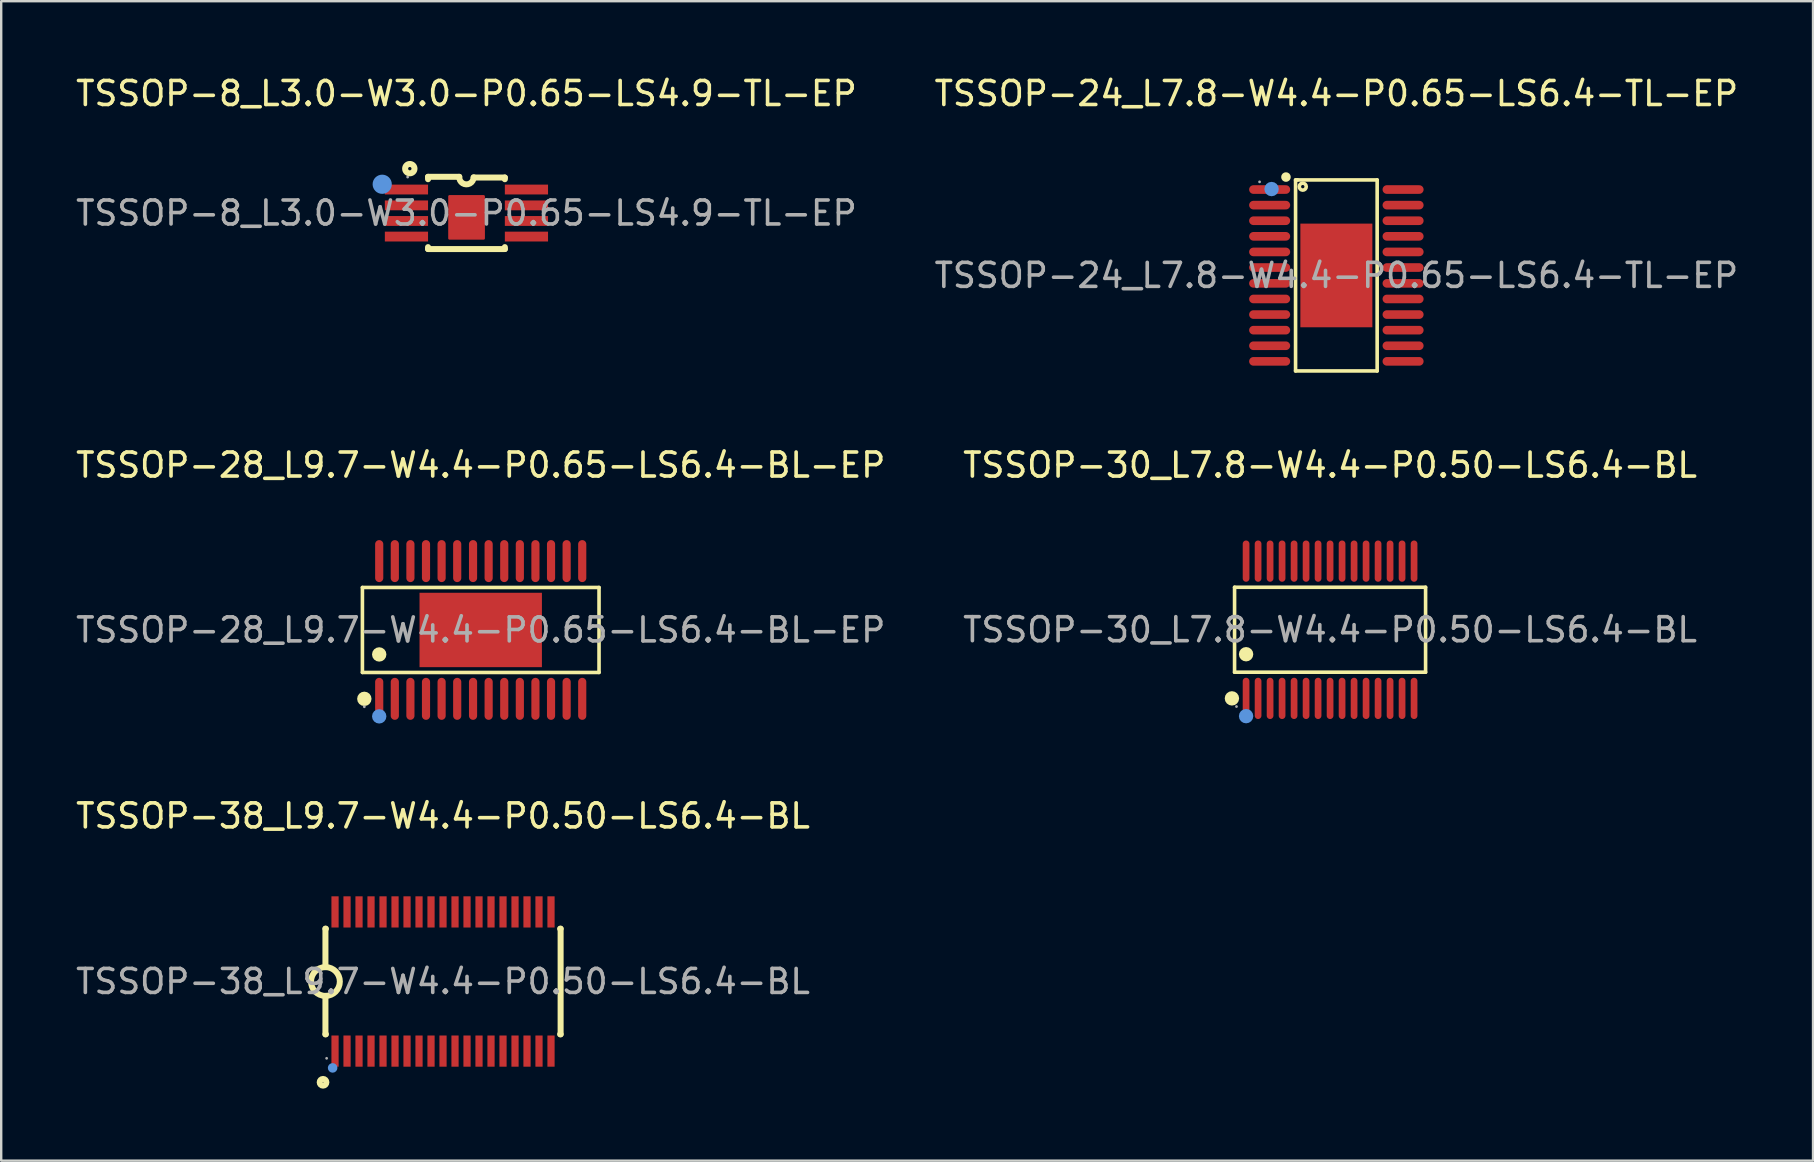
<source format=kicad_pcb>
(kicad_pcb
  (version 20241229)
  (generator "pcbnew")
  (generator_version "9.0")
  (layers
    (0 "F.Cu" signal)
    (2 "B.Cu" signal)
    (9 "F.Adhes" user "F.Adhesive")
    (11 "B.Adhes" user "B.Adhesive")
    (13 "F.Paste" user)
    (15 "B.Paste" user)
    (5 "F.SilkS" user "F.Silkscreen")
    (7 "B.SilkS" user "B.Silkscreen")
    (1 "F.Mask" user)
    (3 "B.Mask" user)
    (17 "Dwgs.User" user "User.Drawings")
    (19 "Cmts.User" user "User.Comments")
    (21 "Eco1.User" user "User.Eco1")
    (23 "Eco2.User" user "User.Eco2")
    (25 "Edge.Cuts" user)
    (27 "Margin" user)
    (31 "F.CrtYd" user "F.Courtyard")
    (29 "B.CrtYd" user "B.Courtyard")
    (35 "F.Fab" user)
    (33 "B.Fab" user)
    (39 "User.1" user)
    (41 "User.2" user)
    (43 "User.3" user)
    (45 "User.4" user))
  (footprint "TSSOP-8_L3.0-W3.0-P0.65-LS4.9-TL-EP"
    (layer "F.Cu")
    (at 16.387 5.828)
    (property "Reference" "TSSOP-8_L3.0-W3.0-P0.65-LS4.9-TL-EP" (at 0 -4.98 0) (layer "F.SilkS") (effects (font (size 1 1) (thickness 0.15))))
    (attr through_hole)
    (fp_line (start -1.6 -1.51) (end -1.6 -1.41) (stroke (width 0.25) (type solid)) (layer "F.SilkS"))
    (fp_line (start -1.6 -1.51) (end -0.3 -1.51) (stroke (width 0.25) (type solid)) (layer "F.SilkS"))
    (fp_line (start -1.6 1.42) (end -1.6 1.5) (stroke (width 0.25) (type solid)) (layer "F.SilkS"))
    (fp_line (start -1.6 1.5) (end 1.6 1.5) (stroke (width 0.25) (type solid)) (layer "F.SilkS"))
    (fp_line (start 1.6 -1.48) (end 0.3 -1.48) (stroke (width 0.25) (type solid)) (layer "F.SilkS"))
    (fp_line (start 1.6 -1.48) (end 1.6 -1.41) (stroke (width 0.25) (type solid)) (layer "F.SilkS"))
    (fp_line (start 1.6 1.42) (end 1.6 1.5) (stroke (width 0.25) (type solid)) (layer "F.SilkS"))
    (fp_arc (start 0.3 -1.49) (mid -0.01 -1.2) (end -0.3 -1.51) (stroke (width 0.25) (type solid)) (layer "F.SilkS"))
    (fp_circle (center -2.36 -1.85) (end -2.29 -1.85) (stroke (width 0.25) (type solid)) (fill no) (layer "F.SilkS"))
    (fp_circle (center -3.51 -1.2) (end -3.31 -1.2) (stroke (width 0.4) (type solid)) (fill no) (layer "Cmts.User"))
    (fp_circle (center -2.45 -1.5) (end -2.42 -1.5) (stroke (width 0.06) (type solid)) (fill no) (layer "F.Fab"))
    (fp_text user "${REFERENCE}" (at 0 0 0) (layer "F.Fab") (effects (font (size 1 1) (thickness 0.15))))
    (pad "1" smd rect (at -2.5 -0.98) (size 1.8 0.41) (layers "F.Cu" "F.Mask" "F.Paste"))
    (pad "2" smd rect (at -2.5 -0.32) (size 1.8 0.41) (layers "F.Cu" "F.Mask" "F.Paste"))
    (pad "3" smd rect (at -2.5 0.33) (size 1.8 0.41) (layers "F.Cu" "F.Mask" "F.Paste"))
    (pad "4" smd rect (at -2.5 0.98) (size 1.8 0.41) (layers "F.Cu" "F.Mask" "F.Paste"))
    (pad "5" smd rect (at 2.5 0.98) (size 1.8 0.41) (layers "F.Cu" "F.Mask" "F.Paste"))
    (pad "6" smd rect (at 2.5 0.33) (size 1.8 0.41) (layers "F.Cu" "F.Mask" "F.Paste"))
    (pad "7" smd rect (at 2.5 -0.32) (size 1.8 0.41) (layers "F.Cu" "F.Mask" "F.Paste"))
    (pad "8" smd rect (at 2.5 -0.98) (size 1.8 0.41) (layers "F.Cu" "F.Mask" "F.Paste"))
    (pad "9" smd custom (at 0 0.09) (size 1 1) (layers "F.Cu" "F.Mask" "F.Paste") (options (anchor circle)) (primitives (gr_poly (pts (xy 0.72 0.97) (xy -0.71 0.97) (xy -0.71 -0.79) (xy 0.72 -0.79)) (width 0.1) (fill yes)))))
  (footprint "TSSOP-38_L9.7-W4.4-P0.50-LS6.4-BL"
    (layer "F.Cu")
    (at 15.411 37.85)
    (property "Reference" "TSSOP-38_L9.7-W4.4-P0.50-LS6.4-BL" (at 0 -6.9 0) (layer "F.SilkS") (effects (font (size 1 1) (thickness 0.15))))
    (attr through_hole)
    (fp_line (start -4.9 -2.2) (end -4.9 -0.6) (stroke (width 0.25) (type solid)) (layer "F.SilkS"))
    (fp_line (start -4.9 -2.2) (end -4.88 -2.2) (stroke (width 0.25) (type solid)) (layer "F.SilkS"))
    (fp_line (start -4.9 2.2) (end -4.9 0.6) (stroke (width 0.25) (type solid)) (layer "F.SilkS"))
    (fp_line (start -4.9 2.2) (end -4.88 2.2) (stroke (width 0.25) (type solid)) (layer "F.SilkS"))
    (fp_line (start 4.88 -2.2) (end 4.9 -2.2) (stroke (width 0.25) (type solid)) (layer "F.SilkS"))
    (fp_line (start 4.88 2.2) (end 4.9 2.2) (stroke (width 0.25) (type solid)) (layer "F.SilkS"))
    (fp_line (start 4.9 -2.2) (end 4.9 2.2) (stroke (width 0.25) (type solid)) (layer "F.SilkS"))
    (fp_arc (start -4.910471 0.599909) (mid -4.894764 -0.599978) (end -4.9 0.6) (stroke (width 0.25) (type solid)) (layer "F.SilkS"))
    (fp_circle (center -5 4.2) (end -4.86 4.2) (stroke (width 0.25) (type solid)) (fill no) (layer "F.SilkS"))
    (fp_circle (center -4.6 3.6) (end -4.5 3.6) (stroke (width 0.2) (type solid)) (fill no) (layer "Cmts.User"))
    (fp_circle (center -4.85 3.2) (end -4.82 3.2) (stroke (width 0.06) (type solid)) (fill no) (layer "F.Fab"))
    (fp_text user "${REFERENCE}" (at 0 0 0) (layer "F.Fab") (effects (font (size 1 1) (thickness 0.15))))
    (pad "1" smd rect (at -4.5 2.9 90) (size 1.3 0.3) (layers "F.Cu" "F.Mask" "F.Paste"))
    (pad "2" smd rect (at -4 2.9 90) (size 1.3 0.3) (layers "F.Cu" "F.Mask" "F.Paste"))
    (pad "3" smd rect (at -3.5 2.9 90) (size 1.3 0.3) (layers "F.Cu" "F.Mask" "F.Paste"))
    (pad "4" smd rect (at -3 2.9 90) (size 1.3 0.3) (layers "F.Cu" "F.Mask" "F.Paste"))
    (pad "5" smd rect (at -2.5 2.9 90) (size 1.3 0.3) (layers "F.Cu" "F.Mask" "F.Paste"))
    (pad "6" smd rect (at -2 2.9 90) (size 1.3 0.3) (layers "F.Cu" "F.Mask" "F.Paste"))
    (pad "7" smd rect (at -1.5 2.9 90) (size 1.3 0.3) (layers "F.Cu" "F.Mask" "F.Paste"))
    (pad "8" smd rect (at -1 2.9 90) (size 1.3 0.3) (layers "F.Cu" "F.Mask" "F.Paste"))
    (pad "9" smd rect (at -0.5 2.9 90) (size 1.3 0.3) (layers "F.Cu" "F.Mask" "F.Paste"))
    (pad "10" smd rect (at 0 2.9 90) (size 1.3 0.3) (layers "F.Cu" "F.Mask" "F.Paste"))
    (pad "11" smd rect (at 0.5 2.9 90) (size 1.3 0.3) (layers "F.Cu" "F.Mask" "F.Paste"))
    (pad "12" smd rect (at 1 2.9 90) (size 1.3 0.3) (layers "F.Cu" "F.Mask" "F.Paste"))
    (pad "13" smd rect (at 1.5 2.9 90) (size 1.3 0.3) (layers "F.Cu" "F.Mask" "F.Paste"))
    (pad "14" smd rect (at 2 2.9 90) (size 1.3 0.3) (layers "F.Cu" "F.Mask" "F.Paste"))
    (pad "15" smd rect (at 2.5 2.9 90) (size 1.3 0.3) (layers "F.Cu" "F.Mask" "F.Paste"))
    (pad "16" smd rect (at 3 2.9 90) (size 1.3 0.3) (layers "F.Cu" "F.Mask" "F.Paste"))
    (pad "17" smd rect (at 3.5 2.9 90) (size 1.3 0.3) (layers "F.Cu" "F.Mask" "F.Paste"))
    (pad "18" smd rect (at 4 2.9 90) (size 1.3 0.3) (layers "F.Cu" "F.Mask" "F.Paste"))
    (pad "19" smd rect (at 4.5 2.9 90) (size 1.3 0.3) (layers "F.Cu" "F.Mask" "F.Paste"))
    (pad "20" smd rect (at 4.5 -2.9 90) (size 1.3 0.3) (layers "F.Cu" "F.Mask" "F.Paste"))
    (pad "21" smd rect (at 4 -2.9 90) (size 1.3 0.3) (layers "F.Cu" "F.Mask" "F.Paste"))
    (pad "22" smd rect (at 3.5 -2.9 90) (size 1.3 0.3) (layers "F.Cu" "F.Mask" "F.Paste"))
    (pad "23" smd rect (at 3 -2.9 90) (size 1.3 0.3) (layers "F.Cu" "F.Mask" "F.Paste"))
    (pad "24" smd rect (at 2.5 -2.9 90) (size 1.3 0.3) (layers "F.Cu" "F.Mask" "F.Paste"))
    (pad "25" smd rect (at 2 -2.9 90) (size 1.3 0.3) (layers "F.Cu" "F.Mask" "F.Paste"))
    (pad "26" smd rect (at 1.5 -2.9 90) (size 1.3 0.3) (layers "F.Cu" "F.Mask" "F.Paste"))
    (pad "27" smd rect (at 1 -2.9 90) (size 1.3 0.3) (layers "F.Cu" "F.Mask" "F.Paste"))
    (pad "28" smd rect (at 0.5 -2.9 90) (size 1.3 0.3) (layers "F.Cu" "F.Mask" "F.Paste"))
    (pad "29" smd rect (at 0 -2.9 90) (size 1.3 0.3) (layers "F.Cu" "F.Mask" "F.Paste"))
    (pad "30" smd rect (at -0.5 -2.9 90) (size 1.3 0.3) (layers "F.Cu" "F.Mask" "F.Paste"))
    (pad "31" smd rect (at -1 -2.9 90) (size 1.3 0.3) (layers "F.Cu" "F.Mask" "F.Paste"))
    (pad "32" smd rect (at -1.5 -2.9 90) (size 1.3 0.3) (layers "F.Cu" "F.Mask" "F.Paste"))
    (pad "33" smd rect (at -2 -2.9 90) (size 1.3 0.3) (layers "F.Cu" "F.Mask" "F.Paste"))
    (pad "34" smd rect (at -2.5 -2.9 90) (size 1.3 0.3) (layers "F.Cu" "F.Mask" "F.Paste"))
    (pad "35" smd rect (at -3 -2.9 90) (size 1.3 0.3) (layers "F.Cu" "F.Mask" "F.Paste"))
    (pad "36" smd rect (at -3.5 -2.9 90) (size 1.3 0.3) (layers "F.Cu" "F.Mask" "F.Paste"))
    (pad "37" smd rect (at -4 -2.9 90) (size 1.3 0.3) (layers "F.Cu" "F.Mask" "F.Paste"))
    (pad "38" smd rect (at -4.5 -2.9 90) (size 1.3 0.3) (layers "F.Cu" "F.Mask" "F.Paste")))
  (footprint "TSSOP-24_L7.8-W4.4-P0.65-LS6.4-TL-EP"
    (layer "F.Cu")
    (at 52.637 8.428)
    (property "Reference" "TSSOP-24_L7.8-W4.4-P0.65-LS6.4-TL-EP" (at 0 -7.58 0) (layer "F.SilkS") (effects (font (size 1 1) (thickness 0.15))))
    (attr through_hole)
    (fp_line (start -1.7 -3.98) (end -1.62 -3.98) (stroke (width 0.15) (type solid)) (layer "F.SilkS"))
    (fp_line (start -1.7 3.98) (end -1.7 -3.98) (stroke (width 0.15) (type solid)) (layer "F.SilkS"))
    (fp_line (start -1.62 -3.98) (end 1.7 -3.98) (stroke (width 0.15) (type solid)) (layer "F.SilkS"))
    (fp_line (start 1.7 -3.98) (end 1.7 3.98) (stroke (width 0.15) (type solid)) (layer "F.SilkS"))
    (fp_line (start 1.7 3.98) (end -1.7 3.98) (stroke (width 0.15) (type solid)) (layer "F.SilkS"))
    (fp_circle (center -2.1 -4.1) (end -2 -4.1) (stroke (width 0.2) (type solid)) (fill no) (layer "F.SilkS"))
    (fp_circle (center -1.4 -3.7) (end -1.33 -3.7) (stroke (width 0.15) (type solid)) (fill no) (layer "F.SilkS"))
    (fp_circle (center -2.7 -3.6) (end -2.55 -3.6) (stroke (width 0.3) (type solid)) (fill no) (layer "Cmts.User"))
    (fp_circle (center -3.2 -3.9) (end -3.17 -3.9) (stroke (width 0.06) (type solid)) (fill no) (layer "F.Fab"))
    (fp_text user "${REFERENCE}" (at 0 0 0) (layer "F.Fab") (effects (font (size 1 1) (thickness 0.15))))
    (pad "1" smd oval (at -2.78 -3.58) (size 1.71 0.36) (layers "F.Cu" "F.Mask" "F.Paste"))
    (pad "2" smd oval (at -2.78 -2.93) (size 1.71 0.36) (layers "F.Cu" "F.Mask" "F.Paste"))
    (pad "3" smd oval (at -2.78 -2.28) (size 1.71 0.36) (layers "F.Cu" "F.Mask" "F.Paste"))
    (pad "4" smd oval (at -2.78 -1.63) (size 1.71 0.36) (layers "F.Cu" "F.Mask" "F.Paste"))
    (pad "5" smd oval (at -2.78 -0.98) (size 1.71 0.36) (layers "F.Cu" "F.Mask" "F.Paste"))
    (pad "6" smd oval (at -2.78 -0.33) (size 1.71 0.36) (layers "F.Cu" "F.Mask" "F.Paste"))
    (pad "7" smd oval (at -2.78 0.33) (size 1.71 0.36) (layers "F.Cu" "F.Mask" "F.Paste"))
    (pad "8" smd oval (at -2.78 0.98) (size 1.71 0.36) (layers "F.Cu" "F.Mask" "F.Paste"))
    (pad "9" smd oval (at -2.78 1.63) (size 1.71 0.36) (layers "F.Cu" "F.Mask" "F.Paste"))
    (pad "10" smd oval (at -2.78 2.28) (size 1.71 0.36) (layers "F.Cu" "F.Mask" "F.Paste"))
    (pad "11" smd oval (at -2.78 2.93) (size 1.71 0.36) (layers "F.Cu" "F.Mask" "F.Paste"))
    (pad "12" smd oval (at -2.78 3.58) (size 1.71 0.36) (layers "F.Cu" "F.Mask" "F.Paste"))
    (pad "13" smd oval (at 2.78 3.58) (size 1.71 0.36) (layers "F.Cu" "F.Mask" "F.Paste"))
    (pad "14" smd oval (at 2.78 2.93) (size 1.71 0.36) (layers "F.Cu" "F.Mask" "F.Paste"))
    (pad "15" smd oval (at 2.78 2.28) (size 1.71 0.36) (layers "F.Cu" "F.Mask" "F.Paste"))
    (pad "16" smd oval (at 2.78 1.63) (size 1.71 0.36) (layers "F.Cu" "F.Mask" "F.Paste"))
    (pad "17" smd oval (at 2.78 0.98) (size 1.71 0.36) (layers "F.Cu" "F.Mask" "F.Paste"))
    (pad "18" smd oval (at 2.78 0.33) (size 1.71 0.36) (layers "F.Cu" "F.Mask" "F.Paste"))
    (pad "19" smd oval (at 2.78 -0.33) (size 1.71 0.36) (layers "F.Cu" "F.Mask" "F.Paste"))
    (pad "20" smd oval (at 2.78 -0.98) (size 1.71 0.36) (layers "F.Cu" "F.Mask" "F.Paste"))
    (pad "21" smd oval (at 2.78 -1.63) (size 1.71 0.36) (layers "F.Cu" "F.Mask" "F.Paste"))
    (pad "22" smd oval (at 2.78 -2.28) (size 1.71 0.36) (layers "F.Cu" "F.Mask" "F.Paste"))
    (pad "23" smd oval (at 2.78 -2.93) (size 1.71 0.36) (layers "F.Cu" "F.Mask" "F.Paste"))
    (pad "24" smd oval (at 2.78 -3.58) (size 1.71 0.36) (layers "F.Cu" "F.Mask" "F.Paste"))
    (pad "25" smd rect (at 0 0) (size 3 4.32) (layers "F.Cu" "F.Mask" "F.Paste")))
  (footprint "TSSOP-28_L9.7-W4.4-P0.65-LS6.4-BL-EP"
    (layer "F.Cu")
    (at 16.982 23.201)
    (property "Reference" "TSSOP-28_L9.7-W4.4-P0.65-LS6.4-BL-EP" (at 0 -6.87 0) (layer "F.SilkS") (effects (font (size 1 1) (thickness 0.15))))
    (attr through_hole)
    (fp_line (start -4.93 -1.77) (end 4.93 -1.77) (stroke (width 0.15) (type solid)) (layer "F.SilkS"))
    (fp_line (start -4.93 1.77) (end -4.93 -1.77) (stroke (width 0.15) (type solid)) (layer "F.SilkS"))
    (fp_line (start 4.93 -1.77) (end 4.93 1.77) (stroke (width 0.15) (type solid)) (layer "F.SilkS"))
    (fp_line (start 4.93 1.77) (end -4.93 1.77) (stroke (width 0.15) (type solid)) (layer "F.SilkS"))
    (fp_circle (center -4.85 2.87) (end -4.7 2.87) (stroke (width 0.3) (type solid)) (fill no) (layer "F.SilkS"))
    (fp_circle (center -4.23 1.02) (end -4.08 1.02) (stroke (width 0.3) (type solid)) (fill no) (layer "F.SilkS"))
    (fp_circle (center -4.23 3.6) (end -4.08 3.6) (stroke (width 0.3) (type solid)) (fill no) (layer "Cmts.User"))
    (fp_circle (center -4.85 3.2) (end -4.82 3.2) (stroke (width 0.06) (type solid)) (fill no) (layer "F.Fab"))
    (fp_text user "${REFERENCE}" (at 0 0 0) (layer "F.Fab") (effects (font (size 1 1) (thickness 0.15))))
    (pad "1" smd oval (at -4.23 2.87) (size 0.34 1.75) (layers "F.Cu" "F.Mask" "F.Paste"))
    (pad "2" smd oval (at -3.58 2.87) (size 0.34 1.75) (layers "F.Cu" "F.Mask" "F.Paste"))
    (pad "3" smd oval (at -2.93 2.87) (size 0.34 1.75) (layers "F.Cu" "F.Mask" "F.Paste"))
    (pad "4" smd oval (at -2.28 2.87) (size 0.34 1.75) (layers "F.Cu" "F.Mask" "F.Paste"))
    (pad "5" smd oval (at -1.63 2.87) (size 0.34 1.75) (layers "F.Cu" "F.Mask" "F.Paste"))
    (pad "6" smd oval (at -0.98 2.87) (size 0.34 1.75) (layers "F.Cu" "F.Mask" "F.Paste"))
    (pad "7" smd oval (at -0.32 2.87) (size 0.34 1.75) (layers "F.Cu" "F.Mask" "F.Paste"))
    (pad "8" smd oval (at 0.33 2.87) (size 0.34 1.75) (layers "F.Cu" "F.Mask" "F.Paste"))
    (pad "9" smd oval (at 0.98 2.87) (size 0.34 1.75) (layers "F.Cu" "F.Mask" "F.Paste"))
    (pad "10" smd oval (at 1.63 2.87) (size 0.34 1.75) (layers "F.Cu" "F.Mask" "F.Paste"))
    (pad "11" smd oval (at 2.28 2.87) (size 0.34 1.75) (layers "F.Cu" "F.Mask" "F.Paste"))
    (pad "12" smd oval (at 2.93 2.87) (size 0.34 1.75) (layers "F.Cu" "F.Mask" "F.Paste"))
    (pad "13" smd oval (at 3.58 2.87) (size 0.34 1.75) (layers "F.Cu" "F.Mask" "F.Paste"))
    (pad "14" smd oval (at 4.23 2.87) (size 0.34 1.75) (layers "F.Cu" "F.Mask" "F.Paste"))
    (pad "15" smd oval (at 4.23 -2.87) (size 0.34 1.75) (layers "F.Cu" "F.Mask" "F.Paste"))
    (pad "16" smd oval (at 3.58 -2.87) (size 0.34 1.75) (layers "F.Cu" "F.Mask" "F.Paste"))
    (pad "17" smd oval (at 2.93 -2.87) (size 0.34 1.75) (layers "F.Cu" "F.Mask" "F.Paste"))
    (pad "18" smd oval (at 2.28 -2.87) (size 0.34 1.75) (layers "F.Cu" "F.Mask" "F.Paste"))
    (pad "19" smd oval (at 1.63 -2.87) (size 0.34 1.75) (layers "F.Cu" "F.Mask" "F.Paste"))
    (pad "20" smd oval (at 0.98 -2.87) (size 0.34 1.75) (layers "F.Cu" "F.Mask" "F.Paste"))
    (pad "21" smd oval (at 0.33 -2.87) (size 0.34 1.75) (layers "F.Cu" "F.Mask" "F.Paste"))
    (pad "22" smd oval (at -0.32 -2.87) (size 0.34 1.75) (layers "F.Cu" "F.Mask" "F.Paste"))
    (pad "23" smd oval (at -0.98 -2.87) (size 0.34 1.75) (layers "F.Cu" "F.Mask" "F.Paste"))
    (pad "24" smd oval (at -1.63 -2.87) (size 0.34 1.75) (layers "F.Cu" "F.Mask" "F.Paste"))
    (pad "25" smd oval (at -2.28 -2.87) (size 0.34 1.75) (layers "F.Cu" "F.Mask" "F.Paste"))
    (pad "26" smd oval (at -2.93 -2.87) (size 0.34 1.75) (layers "F.Cu" "F.Mask" "F.Paste"))
    (pad "27" smd oval (at -3.58 -2.87) (size 0.34 1.75) (layers "F.Cu" "F.Mask" "F.Paste"))
    (pad "28" smd oval (at -4.23 -2.87) (size 0.34 1.75) (layers "F.Cu" "F.Mask" "F.Paste"))
    (pad "29" smd rect (at 0 0) (size 5.1 3.1) (layers "F.Cu" "F.Mask" "F.Paste")))
  (footprint "TSSOP-30_L7.8-W4.4-P0.50-LS6.4-BL"
    (layer "F.Cu")
    (at 52.375 23.192)
    (property "Reference" "TSSOP-30_L7.8-W4.4-P0.50-LS6.4-BL" (at 0 -6.86 0) (layer "F.SilkS") (effects (font (size 1 1) (thickness 0.15))))
    (attr through_hole)
    (fp_line (start -3.98 -1.77) (end 3.98 -1.77) (stroke (width 0.15) (type solid)) (layer "F.SilkS"))
    (fp_line (start -3.98 1.77) (end -3.98 -1.77) (stroke (width 0.15) (type solid)) (layer "F.SilkS"))
    (fp_line (start 3.98 -1.77) (end 3.98 1.77) (stroke (width 0.15) (type solid)) (layer "F.SilkS"))
    (fp_line (start 3.98 1.77) (end -3.98 1.77) (stroke (width 0.15) (type solid)) (layer "F.SilkS"))
    (fp_circle (center -4.09 2.86) (end -3.94 2.86) (stroke (width 0.3) (type solid)) (fill no) (layer "F.SilkS"))
    (fp_circle (center -3.5 1.02) (end -3.35 1.02) (stroke (width 0.3) (type solid)) (fill no) (layer "F.SilkS"))
    (fp_circle (center -3.5 3.6) (end -3.35 3.6) (stroke (width 0.3) (type solid)) (fill no) (layer "Cmts.User"))
    (fp_circle (center -3.9 3.2) (end -3.87 3.2) (stroke (width 0.06) (type solid)) (fill no) (layer "F.Fab"))
    (fp_text user "${REFERENCE}" (at 0 0 0) (layer "F.Fab") (effects (font (size 1 1) (thickness 0.15))))
    (pad "1" smd oval (at -3.5 2.86) (size 0.28 1.72) (layers "F.Cu" "F.Mask" "F.Paste"))
    (pad "2" smd oval (at -3 2.86) (size 0.28 1.72) (layers "F.Cu" "F.Mask" "F.Paste"))
    (pad "3" smd oval (at -2.5 2.86) (size 0.28 1.72) (layers "F.Cu" "F.Mask" "F.Paste"))
    (pad "4" smd oval (at -2 2.86) (size 0.28 1.72) (layers "F.Cu" "F.Mask" "F.Paste"))
    (pad "5" smd oval (at -1.5 2.86) (size 0.28 1.72) (layers "F.Cu" "F.Mask" "F.Paste"))
    (pad "6" smd oval (at -1 2.86) (size 0.28 1.72) (layers "F.Cu" "F.Mask" "F.Paste"))
    (pad "7" smd oval (at -0.5 2.86) (size 0.28 1.72) (layers "F.Cu" "F.Mask" "F.Paste"))
    (pad "8" smd oval (at 0 2.86) (size 0.28 1.72) (layers "F.Cu" "F.Mask" "F.Paste"))
    (pad "9" smd oval (at 0.5 2.86) (size 0.28 1.72) (layers "F.Cu" "F.Mask" "F.Paste"))
    (pad "10" smd oval (at 1 2.86) (size 0.28 1.72) (layers "F.Cu" "F.Mask" "F.Paste"))
    (pad "11" smd oval (at 1.5 2.86) (size 0.28 1.72) (layers "F.Cu" "F.Mask" "F.Paste"))
    (pad "12" smd oval (at 2 2.86) (size 0.28 1.72) (layers "F.Cu" "F.Mask" "F.Paste"))
    (pad "13" smd oval (at 2.5 2.86) (size 0.28 1.72) (layers "F.Cu" "F.Mask" "F.Paste"))
    (pad "14" smd oval (at 3 2.86) (size 0.28 1.72) (layers "F.Cu" "F.Mask" "F.Paste"))
    (pad "15" smd oval (at 3.5 2.86) (size 0.28 1.72) (layers "F.Cu" "F.Mask" "F.Paste"))
    (pad "16" smd oval (at 3.5 -2.86) (size 0.28 1.72) (layers "F.Cu" "F.Mask" "F.Paste"))
    (pad "17" smd oval (at 3 -2.86) (size 0.28 1.72) (layers "F.Cu" "F.Mask" "F.Paste"))
    (pad "18" smd oval (at 2.5 -2.86) (size 0.28 1.72) (layers "F.Cu" "F.Mask" "F.Paste"))
    (pad "19" smd oval (at 2 -2.86) (size 0.28 1.72) (layers "F.Cu" "F.Mask" "F.Paste"))
    (pad "20" smd oval (at 1.5 -2.86) (size 0.28 1.72) (layers "F.Cu" "F.Mask" "F.Paste"))
    (pad "21" smd oval (at 1 -2.86) (size 0.28 1.72) (layers "F.Cu" "F.Mask" "F.Paste"))
    (pad "22" smd oval (at 0.5 -2.86) (size 0.28 1.72) (layers "F.Cu" "F.Mask" "F.Paste"))
    (pad "23" smd oval (at 0 -2.86) (size 0.28 1.72) (layers "F.Cu" "F.Mask" "F.Paste"))
    (pad "24" smd oval (at -0.5 -2.86) (size 0.28 1.72) (layers "F.Cu" "F.Mask" "F.Paste"))
    (pad "25" smd oval (at -1 -2.86) (size 0.28 1.72) (layers "F.Cu" "F.Mask" "F.Paste"))
    (pad "26" smd oval (at -1.5 -2.86) (size 0.28 1.72) (layers "F.Cu" "F.Mask" "F.Paste"))
    (pad "27" smd oval (at -2 -2.86) (size 0.28 1.72) (layers "F.Cu" "F.Mask" "F.Paste"))
    (pad "28" smd oval (at -2.5 -2.86) (size 0.28 1.72) (layers "F.Cu" "F.Mask" "F.Paste"))
    (pad "29" smd oval (at -3 -2.86) (size 0.28 1.72) (layers "F.Cu" "F.Mask" "F.Paste"))
    (pad "30" smd oval (at -3.5 -2.86) (size 0.28 1.72) (layers "F.Cu" "F.Mask" "F.Paste")))
  (gr_rect
    (start -3 -3)
    (end 72.5 45.315)
    (stroke (width 0.1) (type default))
    (fill no)
    (layer "Edge.Cuts")))
</source>
